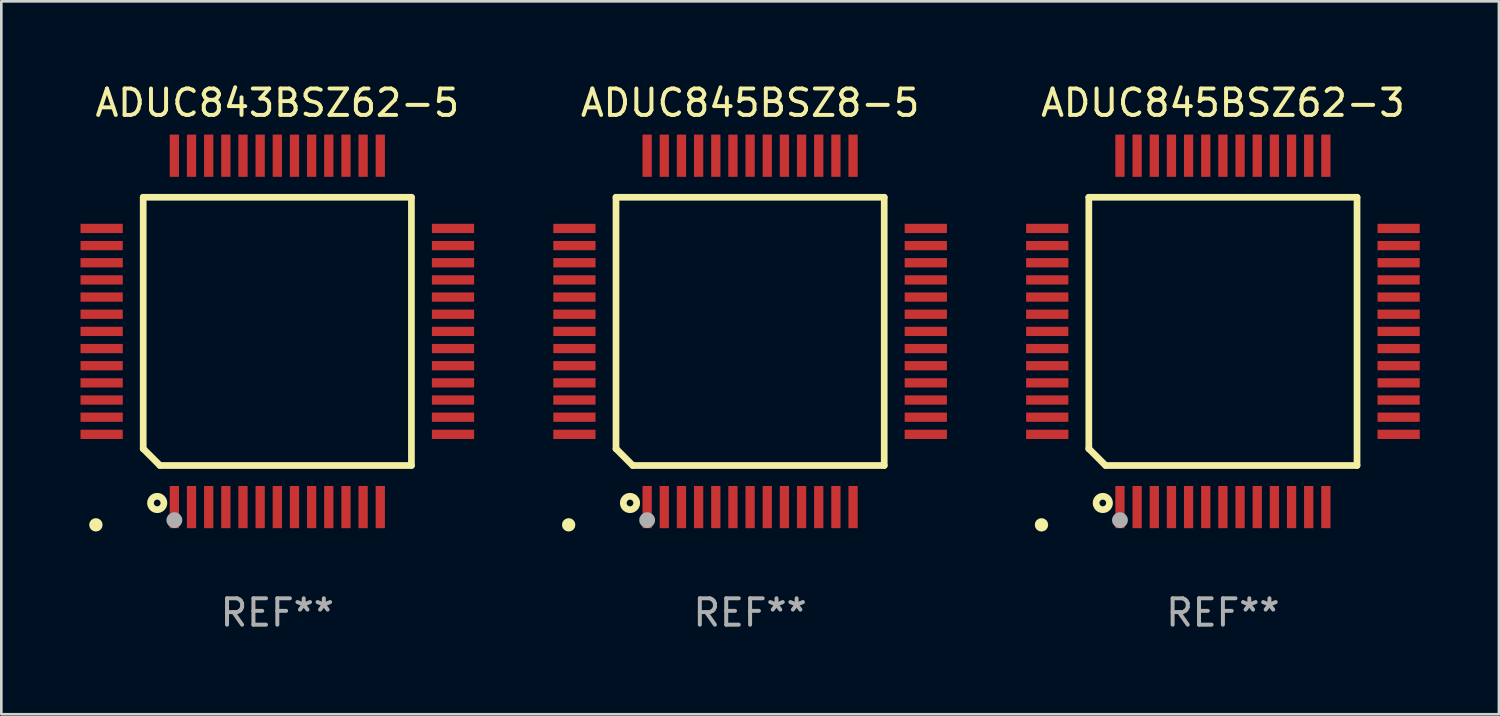
<source format=kicad_pcb>
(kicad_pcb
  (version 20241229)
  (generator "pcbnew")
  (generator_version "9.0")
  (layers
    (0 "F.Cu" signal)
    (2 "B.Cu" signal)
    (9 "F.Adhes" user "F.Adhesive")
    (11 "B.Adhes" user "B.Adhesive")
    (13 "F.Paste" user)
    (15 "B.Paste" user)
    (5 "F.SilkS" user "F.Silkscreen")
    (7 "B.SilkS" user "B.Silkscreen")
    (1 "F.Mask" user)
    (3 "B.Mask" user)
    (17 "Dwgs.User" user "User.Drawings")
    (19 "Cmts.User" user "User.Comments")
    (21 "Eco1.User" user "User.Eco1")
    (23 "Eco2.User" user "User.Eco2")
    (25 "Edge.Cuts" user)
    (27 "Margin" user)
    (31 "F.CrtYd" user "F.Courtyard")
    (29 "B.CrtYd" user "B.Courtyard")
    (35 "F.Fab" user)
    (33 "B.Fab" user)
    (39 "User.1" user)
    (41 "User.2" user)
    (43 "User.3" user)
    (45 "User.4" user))
  (footprint "ADUC843BSZ62-5"
    (layer "F.Cu")
    (at 7.455 9.503)
    (property "Reference" "ADUC843BSZ62-5" (at 0 -8.655 0) (layer "F.SilkS") (effects (font (size 1 1) (thickness 0.15))))
    (attr through_hole)
    (fp_line (start -5.08 -5.08) (end 5.08 -5.08) (stroke (width 0.254) (type solid)) (layer "F.SilkS"))
    (fp_line (start -5.08 4.445) (end -5.08 -5.08) (stroke (width 0.254) (type solid)) (layer "F.SilkS"))
    (fp_line (start -4.445 5.08) (end -5.08 4.445) (stroke (width 0.254) (type solid)) (layer "F.SilkS"))
    (fp_line (start 5.08 -5.08) (end 5.08 5.08) (stroke (width 0.254) (type solid)) (layer "F.SilkS"))
    (fp_line (start 5.08 5.08) (end -4.445 5.08) (stroke (width 0.254) (type solid)) (layer "F.SilkS"))
    (fp_circle (center -6.873 7.328) (end -6.746 7.328) (stroke (width 0.254) (type solid)) (fill no) (layer "F.SilkS"))
    (fp_circle (center -4.55 6.5) (end -4.296 6.5) (stroke (width 0.254) (type solid)) (fill no) (layer "F.SilkS"))
    (fp_circle (center -3.9 7.15) (end -3.75 7.15) (stroke (width 0.3) (type solid)) (fill no) (layer "F.Fab"))
    (fp_text user "REF**" (at 0 10.655 0) (layer "F.Fab") (effects (font (size 1 1) (thickness 0.15))))
    (pad "1" smd rect (at -3.9 6.655 90) (size 1.6 0.351) (layers "F.Cu" "F.Mask" "F.Paste"))
    (pad "2" smd rect (at -3.25 6.655 90) (size 1.6 0.351) (layers "F.Cu" "F.Mask" "F.Paste"))
    (pad "3" smd rect (at -2.6 6.655 90) (size 1.6 0.351) (layers "F.Cu" "F.Mask" "F.Paste"))
    (pad "4" smd rect (at -1.95 6.655 90) (size 1.6 0.351) (layers "F.Cu" "F.Mask" "F.Paste"))
    (pad "5" smd rect (at -1.3 6.655 90) (size 1.6 0.351) (layers "F.Cu" "F.Mask" "F.Paste"))
    (pad "6" smd rect (at -0.65 6.655 90) (size 1.6 0.351) (layers "F.Cu" "F.Mask" "F.Paste"))
    (pad "7" smd rect (at 0 6.655 90) (size 1.6 0.351) (layers "F.Cu" "F.Mask" "F.Paste"))
    (pad "8" smd rect (at 0.65 6.655 90) (size 1.6 0.351) (layers "F.Cu" "F.Mask" "F.Paste"))
    (pad "9" smd rect (at 1.3 6.655 90) (size 1.6 0.351) (layers "F.Cu" "F.Mask" "F.Paste"))
    (pad "10" smd rect (at 1.95 6.655 90) (size 1.6 0.351) (layers "F.Cu" "F.Mask" "F.Paste"))
    (pad "11" smd rect (at 2.6 6.655 90) (size 1.6 0.351) (layers "F.Cu" "F.Mask" "F.Paste"))
    (pad "12" smd rect (at 3.25 6.655 90) (size 1.6 0.351) (layers "F.Cu" "F.Mask" "F.Paste"))
    (pad "13" smd rect (at 3.9 6.655 90) (size 1.6 0.351) (layers "F.Cu" "F.Mask" "F.Paste"))
    (pad "14" smd rect (at 6.655 3.9 180) (size 1.6 0.351) (layers "F.Cu" "F.Mask" "F.Paste"))
    (pad "15" smd rect (at 6.655 3.25 180) (size 1.6 0.351) (layers "F.Cu" "F.Mask" "F.Paste"))
    (pad "16" smd rect (at 6.655 2.6 180) (size 1.6 0.351) (layers "F.Cu" "F.Mask" "F.Paste"))
    (pad "17" smd rect (at 6.655 1.95 180) (size 1.6 0.351) (layers "F.Cu" "F.Mask" "F.Paste"))
    (pad "18" smd rect (at 6.655 1.3 180) (size 1.6 0.351) (layers "F.Cu" "F.Mask" "F.Paste"))
    (pad "19" smd rect (at 6.655 0.65 180) (size 1.6 0.351) (layers "F.Cu" "F.Mask" "F.Paste"))
    (pad "20" smd rect (at 6.655 0 180) (size 1.6 0.351) (layers "F.Cu" "F.Mask" "F.Paste"))
    (pad "21" smd rect (at 6.655 -0.65 180) (size 1.6 0.351) (layers "F.Cu" "F.Mask" "F.Paste"))
    (pad "22" smd rect (at 6.655 -1.3 180) (size 1.6 0.351) (layers "F.Cu" "F.Mask" "F.Paste"))
    (pad "23" smd rect (at 6.655 -1.95 180) (size 1.6 0.351) (layers "F.Cu" "F.Mask" "F.Paste"))
    (pad "24" smd rect (at 6.655 -2.6 180) (size 1.6 0.351) (layers "F.Cu" "F.Mask" "F.Paste"))
    (pad "25" smd rect (at 6.655 -3.25 180) (size 1.6 0.351) (layers "F.Cu" "F.Mask" "F.Paste"))
    (pad "26" smd rect (at 6.655 -3.9 180) (size 1.6 0.351) (layers "F.Cu" "F.Mask" "F.Paste"))
    (pad "27" smd rect (at 3.9 -6.655 270) (size 1.6 0.351) (layers "F.Cu" "F.Mask" "F.Paste"))
    (pad "28" smd rect (at 3.25 -6.655 270) (size 1.6 0.351) (layers "F.Cu" "F.Mask" "F.Paste"))
    (pad "29" smd rect (at 2.6 -6.655 270) (size 1.6 0.351) (layers "F.Cu" "F.Mask" "F.Paste"))
    (pad "30" smd rect (at 1.95 -6.655 270) (size 1.6 0.351) (layers "F.Cu" "F.Mask" "F.Paste"))
    (pad "31" smd rect (at 1.3 -6.655 270) (size 1.6 0.351) (layers "F.Cu" "F.Mask" "F.Paste"))
    (pad "32" smd rect (at 0.65 -6.655 270) (size 1.6 0.351) (layers "F.Cu" "F.Mask" "F.Paste"))
    (pad "33" smd rect (at 0 -6.655 270) (size 1.6 0.351) (layers "F.Cu" "F.Mask" "F.Paste"))
    (pad "34" smd rect (at -0.65 -6.655 270) (size 1.6 0.351) (layers "F.Cu" "F.Mask" "F.Paste"))
    (pad "35" smd rect (at -1.3 -6.655 270) (size 1.6 0.351) (layers "F.Cu" "F.Mask" "F.Paste"))
    (pad "36" smd rect (at -1.95 -6.655 270) (size 1.6 0.351) (layers "F.Cu" "F.Mask" "F.Paste"))
    (pad "37" smd rect (at -2.6 -6.655 270) (size 1.6 0.351) (layers "F.Cu" "F.Mask" "F.Paste"))
    (pad "38" smd rect (at -3.25 -6.655 270) (size 1.6 0.351) (layers "F.Cu" "F.Mask" "F.Paste"))
    (pad "39" smd rect (at -3.9 -6.655 270) (size 1.6 0.351) (layers "F.Cu" "F.Mask" "F.Paste"))
    (pad "40" smd rect (at -6.655 -3.9) (size 1.6 0.351) (layers "F.Cu" "F.Mask" "F.Paste"))
    (pad "41" smd rect (at -6.655 -3.25) (size 1.6 0.351) (layers "F.Cu" "F.Mask" "F.Paste"))
    (pad "42" smd rect (at -6.655 -2.6) (size 1.6 0.351) (layers "F.Cu" "F.Mask" "F.Paste"))
    (pad "43" smd rect (at -6.655 -1.95) (size 1.6 0.351) (layers "F.Cu" "F.Mask" "F.Paste"))
    (pad "44" smd rect (at -6.655 -1.3) (size 1.6 0.351) (layers "F.Cu" "F.Mask" "F.Paste"))
    (pad "45" smd rect (at -6.655 -0.65) (size 1.6 0.351) (layers "F.Cu" "F.Mask" "F.Paste"))
    (pad "46" smd rect (at -6.655 0) (size 1.6 0.351) (layers "F.Cu" "F.Mask" "F.Paste"))
    (pad "47" smd rect (at -6.655 0.65) (size 1.6 0.351) (layers "F.Cu" "F.Mask" "F.Paste"))
    (pad "48" smd rect (at -6.655 1.3) (size 1.6 0.351) (layers "F.Cu" "F.Mask" "F.Paste"))
    (pad "49" smd rect (at -6.655 1.95) (size 1.6 0.351) (layers "F.Cu" "F.Mask" "F.Paste"))
    (pad "50" smd rect (at -6.655 2.6) (size 1.6 0.351) (layers "F.Cu" "F.Mask" "F.Paste"))
    (pad "51" smd rect (at -6.655 3.25) (size 1.6 0.351) (layers "F.Cu" "F.Mask" "F.Paste"))
    (pad "52" smd rect (at -6.655 3.9) (size 1.6 0.351) (layers "F.Cu" "F.Mask" "F.Paste")))
  (footprint "ADUC845BSZ8-5"
    (layer "F.Cu")
    (at 25.364 9.503)
    (property "Reference" "ADUC845BSZ8-5" (at 0 -8.655 0) (layer "F.SilkS") (effects (font (size 1 1) (thickness 0.15))))
    (attr through_hole)
    (fp_line (start -5.08 -5.08) (end 5.08 -5.08) (stroke (width 0.254) (type solid)) (layer "F.SilkS"))
    (fp_line (start -5.08 4.445) (end -5.08 -5.08) (stroke (width 0.254) (type solid)) (layer "F.SilkS"))
    (fp_line (start -4.445 5.08) (end -5.08 4.445) (stroke (width 0.254) (type solid)) (layer "F.SilkS"))
    (fp_line (start 5.08 -5.08) (end 5.08 5.08) (stroke (width 0.254) (type solid)) (layer "F.SilkS"))
    (fp_line (start 5.08 5.08) (end -4.445 5.08) (stroke (width 0.254) (type solid)) (layer "F.SilkS"))
    (fp_circle (center -6.873 7.328) (end -6.746 7.328) (stroke (width 0.254) (type solid)) (fill no) (layer "F.SilkS"))
    (fp_circle (center -4.55 6.5) (end -4.296 6.5) (stroke (width 0.254) (type solid)) (fill no) (layer "F.SilkS"))
    (fp_circle (center -3.9 7.15) (end -3.75 7.15) (stroke (width 0.3) (type solid)) (fill no) (layer "F.Fab"))
    (fp_text user "REF**" (at 0 10.655 0) (layer "F.Fab") (effects (font (size 1 1) (thickness 0.15))))
    (pad "1" smd rect (at -3.9 6.655 90) (size 1.6 0.351) (layers "F.Cu" "F.Mask" "F.Paste"))
    (pad "2" smd rect (at -3.25 6.655 90) (size 1.6 0.351) (layers "F.Cu" "F.Mask" "F.Paste"))
    (pad "3" smd rect (at -2.6 6.655 90) (size 1.6 0.351) (layers "F.Cu" "F.Mask" "F.Paste"))
    (pad "4" smd rect (at -1.95 6.655 90) (size 1.6 0.351) (layers "F.Cu" "F.Mask" "F.Paste"))
    (pad "5" smd rect (at -1.3 6.655 90) (size 1.6 0.351) (layers "F.Cu" "F.Mask" "F.Paste"))
    (pad "6" smd rect (at -0.65 6.655 90) (size 1.6 0.351) (layers "F.Cu" "F.Mask" "F.Paste"))
    (pad "7" smd rect (at 0 6.655 90) (size 1.6 0.351) (layers "F.Cu" "F.Mask" "F.Paste"))
    (pad "8" smd rect (at 0.65 6.655 90) (size 1.6 0.351) (layers "F.Cu" "F.Mask" "F.Paste"))
    (pad "9" smd rect (at 1.3 6.655 90) (size 1.6 0.351) (layers "F.Cu" "F.Mask" "F.Paste"))
    (pad "10" smd rect (at 1.95 6.655 90) (size 1.6 0.351) (layers "F.Cu" "F.Mask" "F.Paste"))
    (pad "11" smd rect (at 2.6 6.655 90) (size 1.6 0.351) (layers "F.Cu" "F.Mask" "F.Paste"))
    (pad "12" smd rect (at 3.25 6.655 90) (size 1.6 0.351) (layers "F.Cu" "F.Mask" "F.Paste"))
    (pad "13" smd rect (at 3.9 6.655 90) (size 1.6 0.351) (layers "F.Cu" "F.Mask" "F.Paste"))
    (pad "14" smd rect (at 6.655 3.9 180) (size 1.6 0.351) (layers "F.Cu" "F.Mask" "F.Paste"))
    (pad "15" smd rect (at 6.655 3.25 180) (size 1.6 0.351) (layers "F.Cu" "F.Mask" "F.Paste"))
    (pad "16" smd rect (at 6.655 2.6 180) (size 1.6 0.351) (layers "F.Cu" "F.Mask" "F.Paste"))
    (pad "17" smd rect (at 6.655 1.95 180) (size 1.6 0.351) (layers "F.Cu" "F.Mask" "F.Paste"))
    (pad "18" smd rect (at 6.655 1.3 180) (size 1.6 0.351) (layers "F.Cu" "F.Mask" "F.Paste"))
    (pad "19" smd rect (at 6.655 0.65 180) (size 1.6 0.351) (layers "F.Cu" "F.Mask" "F.Paste"))
    (pad "20" smd rect (at 6.655 0 180) (size 1.6 0.351) (layers "F.Cu" "F.Mask" "F.Paste"))
    (pad "21" smd rect (at 6.655 -0.65 180) (size 1.6 0.351) (layers "F.Cu" "F.Mask" "F.Paste"))
    (pad "22" smd rect (at 6.655 -1.3 180) (size 1.6 0.351) (layers "F.Cu" "F.Mask" "F.Paste"))
    (pad "23" smd rect (at 6.655 -1.95 180) (size 1.6 0.351) (layers "F.Cu" "F.Mask" "F.Paste"))
    (pad "24" smd rect (at 6.655 -2.6 180) (size 1.6 0.351) (layers "F.Cu" "F.Mask" "F.Paste"))
    (pad "25" smd rect (at 6.655 -3.25 180) (size 1.6 0.351) (layers "F.Cu" "F.Mask" "F.Paste"))
    (pad "26" smd rect (at 6.655 -3.9 180) (size 1.6 0.351) (layers "F.Cu" "F.Mask" "F.Paste"))
    (pad "27" smd rect (at 3.9 -6.655 270) (size 1.6 0.351) (layers "F.Cu" "F.Mask" "F.Paste"))
    (pad "28" smd rect (at 3.25 -6.655 270) (size 1.6 0.351) (layers "F.Cu" "F.Mask" "F.Paste"))
    (pad "29" smd rect (at 2.6 -6.655 270) (size 1.6 0.351) (layers "F.Cu" "F.Mask" "F.Paste"))
    (pad "30" smd rect (at 1.95 -6.655 270) (size 1.6 0.351) (layers "F.Cu" "F.Mask" "F.Paste"))
    (pad "31" smd rect (at 1.3 -6.655 270) (size 1.6 0.351) (layers "F.Cu" "F.Mask" "F.Paste"))
    (pad "32" smd rect (at 0.65 -6.655 270) (size 1.6 0.351) (layers "F.Cu" "F.Mask" "F.Paste"))
    (pad "33" smd rect (at 0 -6.655 270) (size 1.6 0.351) (layers "F.Cu" "F.Mask" "F.Paste"))
    (pad "34" smd rect (at -0.65 -6.655 270) (size 1.6 0.351) (layers "F.Cu" "F.Mask" "F.Paste"))
    (pad "35" smd rect (at -1.3 -6.655 270) (size 1.6 0.351) (layers "F.Cu" "F.Mask" "F.Paste"))
    (pad "36" smd rect (at -1.95 -6.655 270) (size 1.6 0.351) (layers "F.Cu" "F.Mask" "F.Paste"))
    (pad "37" smd rect (at -2.6 -6.655 270) (size 1.6 0.351) (layers "F.Cu" "F.Mask" "F.Paste"))
    (pad "38" smd rect (at -3.25 -6.655 270) (size 1.6 0.351) (layers "F.Cu" "F.Mask" "F.Paste"))
    (pad "39" smd rect (at -3.9 -6.655 270) (size 1.6 0.351) (layers "F.Cu" "F.Mask" "F.Paste"))
    (pad "40" smd rect (at -6.655 -3.9) (size 1.6 0.351) (layers "F.Cu" "F.Mask" "F.Paste"))
    (pad "41" smd rect (at -6.655 -3.25) (size 1.6 0.351) (layers "F.Cu" "F.Mask" "F.Paste"))
    (pad "42" smd rect (at -6.655 -2.6) (size 1.6 0.351) (layers "F.Cu" "F.Mask" "F.Paste"))
    (pad "43" smd rect (at -6.655 -1.95) (size 1.6 0.351) (layers "F.Cu" "F.Mask" "F.Paste"))
    (pad "44" smd rect (at -6.655 -1.3) (size 1.6 0.351) (layers "F.Cu" "F.Mask" "F.Paste"))
    (pad "45" smd rect (at -6.655 -0.65) (size 1.6 0.351) (layers "F.Cu" "F.Mask" "F.Paste"))
    (pad "46" smd rect (at -6.655 0) (size 1.6 0.351) (layers "F.Cu" "F.Mask" "F.Paste"))
    (pad "47" smd rect (at -6.655 0.65) (size 1.6 0.351) (layers "F.Cu" "F.Mask" "F.Paste"))
    (pad "48" smd rect (at -6.655 1.3) (size 1.6 0.351) (layers "F.Cu" "F.Mask" "F.Paste"))
    (pad "49" smd rect (at -6.655 1.95) (size 1.6 0.351) (layers "F.Cu" "F.Mask" "F.Paste"))
    (pad "50" smd rect (at -6.655 2.6) (size 1.6 0.351) (layers "F.Cu" "F.Mask" "F.Paste"))
    (pad "51" smd rect (at -6.655 3.25) (size 1.6 0.351) (layers "F.Cu" "F.Mask" "F.Paste"))
    (pad "52" smd rect (at -6.655 3.9) (size 1.6 0.351) (layers "F.Cu" "F.Mask" "F.Paste")))
  (footprint "ADUC845BSZ62-3"
    (layer "F.Cu")
    (at 43.274 9.503)
    (property "Reference" "ADUC845BSZ62-3" (at 0 -8.655 0) (layer "F.SilkS") (effects (font (size 1 1) (thickness 0.15))))
    (attr through_hole)
    (fp_line (start -5.08 -5.08) (end 5.08 -5.08) (stroke (width 0.254) (type solid)) (layer "F.SilkS"))
    (fp_line (start -5.08 4.445) (end -5.08 -5.08) (stroke (width 0.254) (type solid)) (layer "F.SilkS"))
    (fp_line (start -4.445 5.08) (end -5.08 4.445) (stroke (width 0.254) (type solid)) (layer "F.SilkS"))
    (fp_line (start 5.08 -5.08) (end 5.08 5.08) (stroke (width 0.254) (type solid)) (layer "F.SilkS"))
    (fp_line (start 5.08 5.08) (end -4.445 5.08) (stroke (width 0.254) (type solid)) (layer "F.SilkS"))
    (fp_circle (center -6.873 7.328) (end -6.746 7.328) (stroke (width 0.254) (type solid)) (fill no) (layer "F.SilkS"))
    (fp_circle (center -4.55 6.5) (end -4.296 6.5) (stroke (width 0.254) (type solid)) (fill no) (layer "F.SilkS"))
    (fp_circle (center -3.9 7.15) (end -3.75 7.15) (stroke (width 0.3) (type solid)) (fill no) (layer "F.Fab"))
    (fp_text user "REF**" (at 0 10.655 0) (layer "F.Fab") (effects (font (size 1 1) (thickness 0.15))))
    (pad "1" smd rect (at -3.9 6.655 90) (size 1.6 0.351) (layers "F.Cu" "F.Mask" "F.Paste"))
    (pad "2" smd rect (at -3.25 6.655 90) (size 1.6 0.351) (layers "F.Cu" "F.Mask" "F.Paste"))
    (pad "3" smd rect (at -2.6 6.655 90) (size 1.6 0.351) (layers "F.Cu" "F.Mask" "F.Paste"))
    (pad "4" smd rect (at -1.95 6.655 90) (size 1.6 0.351) (layers "F.Cu" "F.Mask" "F.Paste"))
    (pad "5" smd rect (at -1.3 6.655 90) (size 1.6 0.351) (layers "F.Cu" "F.Mask" "F.Paste"))
    (pad "6" smd rect (at -0.65 6.655 90) (size 1.6 0.351) (layers "F.Cu" "F.Mask" "F.Paste"))
    (pad "7" smd rect (at 0 6.655 90) (size 1.6 0.351) (layers "F.Cu" "F.Mask" "F.Paste"))
    (pad "8" smd rect (at 0.65 6.655 90) (size 1.6 0.351) (layers "F.Cu" "F.Mask" "F.Paste"))
    (pad "9" smd rect (at 1.3 6.655 90) (size 1.6 0.351) (layers "F.Cu" "F.Mask" "F.Paste"))
    (pad "10" smd rect (at 1.95 6.655 90) (size 1.6 0.351) (layers "F.Cu" "F.Mask" "F.Paste"))
    (pad "11" smd rect (at 2.6 6.655 90) (size 1.6 0.351) (layers "F.Cu" "F.Mask" "F.Paste"))
    (pad "12" smd rect (at 3.25 6.655 90) (size 1.6 0.351) (layers "F.Cu" "F.Mask" "F.Paste"))
    (pad "13" smd rect (at 3.9 6.655 90) (size 1.6 0.351) (layers "F.Cu" "F.Mask" "F.Paste"))
    (pad "14" smd rect (at 6.655 3.9 180) (size 1.6 0.351) (layers "F.Cu" "F.Mask" "F.Paste"))
    (pad "15" smd rect (at 6.655 3.25 180) (size 1.6 0.351) (layers "F.Cu" "F.Mask" "F.Paste"))
    (pad "16" smd rect (at 6.655 2.6 180) (size 1.6 0.351) (layers "F.Cu" "F.Mask" "F.Paste"))
    (pad "17" smd rect (at 6.655 1.95 180) (size 1.6 0.351) (layers "F.Cu" "F.Mask" "F.Paste"))
    (pad "18" smd rect (at 6.655 1.3 180) (size 1.6 0.351) (layers "F.Cu" "F.Mask" "F.Paste"))
    (pad "19" smd rect (at 6.655 0.65 180) (size 1.6 0.351) (layers "F.Cu" "F.Mask" "F.Paste"))
    (pad "20" smd rect (at 6.655 0 180) (size 1.6 0.351) (layers "F.Cu" "F.Mask" "F.Paste"))
    (pad "21" smd rect (at 6.655 -0.65 180) (size 1.6 0.351) (layers "F.Cu" "F.Mask" "F.Paste"))
    (pad "22" smd rect (at 6.655 -1.3 180) (size 1.6 0.351) (layers "F.Cu" "F.Mask" "F.Paste"))
    (pad "23" smd rect (at 6.655 -1.95 180) (size 1.6 0.351) (layers "F.Cu" "F.Mask" "F.Paste"))
    (pad "24" smd rect (at 6.655 -2.6 180) (size 1.6 0.351) (layers "F.Cu" "F.Mask" "F.Paste"))
    (pad "25" smd rect (at 6.655 -3.25 180) (size 1.6 0.351) (layers "F.Cu" "F.Mask" "F.Paste"))
    (pad "26" smd rect (at 6.655 -3.9 180) (size 1.6 0.351) (layers "F.Cu" "F.Mask" "F.Paste"))
    (pad "27" smd rect (at 3.9 -6.655 270) (size 1.6 0.351) (layers "F.Cu" "F.Mask" "F.Paste"))
    (pad "28" smd rect (at 3.25 -6.655 270) (size 1.6 0.351) (layers "F.Cu" "F.Mask" "F.Paste"))
    (pad "29" smd rect (at 2.6 -6.655 270) (size 1.6 0.351) (layers "F.Cu" "F.Mask" "F.Paste"))
    (pad "30" smd rect (at 1.95 -6.655 270) (size 1.6 0.351) (layers "F.Cu" "F.Mask" "F.Paste"))
    (pad "31" smd rect (at 1.3 -6.655 270) (size 1.6 0.351) (layers "F.Cu" "F.Mask" "F.Paste"))
    (pad "32" smd rect (at 0.65 -6.655 270) (size 1.6 0.351) (layers "F.Cu" "F.Mask" "F.Paste"))
    (pad "33" smd rect (at 0 -6.655 270) (size 1.6 0.351) (layers "F.Cu" "F.Mask" "F.Paste"))
    (pad "34" smd rect (at -0.65 -6.655 270) (size 1.6 0.351) (layers "F.Cu" "F.Mask" "F.Paste"))
    (pad "35" smd rect (at -1.3 -6.655 270) (size 1.6 0.351) (layers "F.Cu" "F.Mask" "F.Paste"))
    (pad "36" smd rect (at -1.95 -6.655 270) (size 1.6 0.351) (layers "F.Cu" "F.Mask" "F.Paste"))
    (pad "37" smd rect (at -2.6 -6.655 270) (size 1.6 0.351) (layers "F.Cu" "F.Mask" "F.Paste"))
    (pad "38" smd rect (at -3.25 -6.655 270) (size 1.6 0.351) (layers "F.Cu" "F.Mask" "F.Paste"))
    (pad "39" smd rect (at -3.9 -6.655 270) (size 1.6 0.351) (layers "F.Cu" "F.Mask" "F.Paste"))
    (pad "40" smd rect (at -6.655 -3.9) (size 1.6 0.351) (layers "F.Cu" "F.Mask" "F.Paste"))
    (pad "41" smd rect (at -6.655 -3.25) (size 1.6 0.351) (layers "F.Cu" "F.Mask" "F.Paste"))
    (pad "42" smd rect (at -6.655 -2.6) (size 1.6 0.351) (layers "F.Cu" "F.Mask" "F.Paste"))
    (pad "43" smd rect (at -6.655 -1.95) (size 1.6 0.351) (layers "F.Cu" "F.Mask" "F.Paste"))
    (pad "44" smd rect (at -6.655 -1.3) (size 1.6 0.351) (layers "F.Cu" "F.Mask" "F.Paste"))
    (pad "45" smd rect (at -6.655 -0.65) (size 1.6 0.351) (layers "F.Cu" "F.Mask" "F.Paste"))
    (pad "46" smd rect (at -6.655 0) (size 1.6 0.351) (layers "F.Cu" "F.Mask" "F.Paste"))
    (pad "47" smd rect (at -6.655 0.65) (size 1.6 0.351) (layers "F.Cu" "F.Mask" "F.Paste"))
    (pad "48" smd rect (at -6.655 1.3) (size 1.6 0.351) (layers "F.Cu" "F.Mask" "F.Paste"))
    (pad "49" smd rect (at -6.655 1.95) (size 1.6 0.351) (layers "F.Cu" "F.Mask" "F.Paste"))
    (pad "50" smd rect (at -6.655 2.6) (size 1.6 0.351) (layers "F.Cu" "F.Mask" "F.Paste"))
    (pad "51" smd rect (at -6.655 3.25) (size 1.6 0.351) (layers "F.Cu" "F.Mask" "F.Paste"))
    (pad "52" smd rect (at -6.655 3.9) (size 1.6 0.351) (layers "F.Cu" "F.Mask" "F.Paste")))
  (gr_rect
    (start -3 -3)
    (end 53.729 24.006)
    (stroke (width 0.1) (type default))
    (fill no)
    (layer "Edge.Cuts")))
</source>
